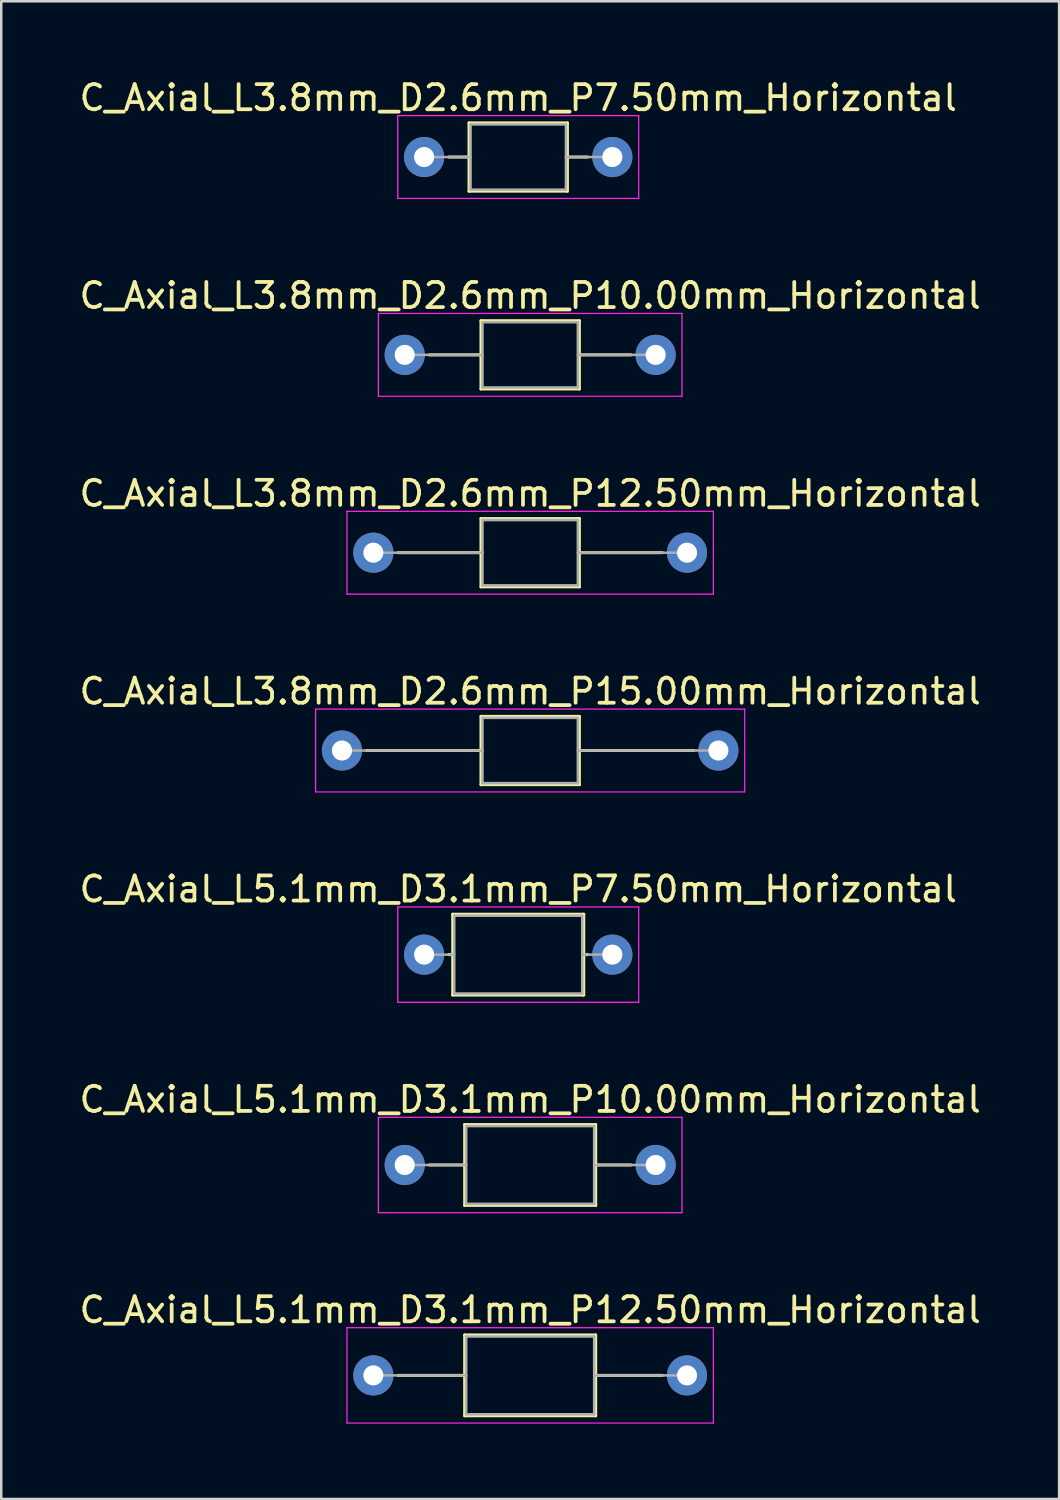
<source format=kicad_pcb>
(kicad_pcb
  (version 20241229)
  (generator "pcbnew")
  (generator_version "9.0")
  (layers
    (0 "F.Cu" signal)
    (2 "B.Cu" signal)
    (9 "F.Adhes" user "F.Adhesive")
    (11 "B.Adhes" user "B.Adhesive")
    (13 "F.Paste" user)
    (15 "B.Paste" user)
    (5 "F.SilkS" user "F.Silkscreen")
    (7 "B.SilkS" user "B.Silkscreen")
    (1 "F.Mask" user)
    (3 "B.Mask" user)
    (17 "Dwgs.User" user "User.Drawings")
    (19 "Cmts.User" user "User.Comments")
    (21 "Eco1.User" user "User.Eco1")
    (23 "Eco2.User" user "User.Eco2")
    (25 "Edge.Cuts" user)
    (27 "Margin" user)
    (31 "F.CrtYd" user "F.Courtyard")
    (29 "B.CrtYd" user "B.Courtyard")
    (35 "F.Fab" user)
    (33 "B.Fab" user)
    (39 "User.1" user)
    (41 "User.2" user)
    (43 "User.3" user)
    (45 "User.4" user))
  (footprint "C_Axial_L5.1mm_D3.1mm_P10.00mm_Horizontal"
    (layer "F.Cu")
    (at 13.077 43.374)
    (property "Reference" "C_Axial_L5.1mm_D3.1mm_P10.00mm_Horizontal" (at 5 -2.61 0) (layer "F.SilkS") (effects (font (size 1 1) (thickness 0.15))))
    (attr through_hole)
    (fp_line (start 0.98 0) (end 2.39 0) (stroke (width 0.12) (type solid)) (layer "F.SilkS"))
    (fp_line (start 2.39 -1.61) (end 2.39 1.61) (stroke (width 0.12) (type solid)) (layer "F.SilkS"))
    (fp_line (start 2.39 1.61) (end 7.61 1.61) (stroke (width 0.12) (type solid)) (layer "F.SilkS"))
    (fp_line (start 7.61 -1.61) (end 2.39 -1.61) (stroke (width 0.12) (type solid)) (layer "F.SilkS"))
    (fp_line (start 7.61 1.61) (end 7.61 -1.61) (stroke (width 0.12) (type solid)) (layer "F.SilkS"))
    (fp_line (start 9.02 0) (end 7.61 0) (stroke (width 0.12) (type solid)) (layer "F.SilkS"))
    (fp_line (start -1.05 -1.9) (end -1.05 1.9) (stroke (width 0.05) (type solid)) (layer "F.CrtYd"))
    (fp_line (start -1.05 1.9) (end 11.05 1.9) (stroke (width 0.05) (type solid)) (layer "F.CrtYd"))
    (fp_line (start 11.05 -1.9) (end -1.05 -1.9) (stroke (width 0.05) (type solid)) (layer "F.CrtYd"))
    (fp_line (start 11.05 1.9) (end 11.05 -1.9) (stroke (width 0.05) (type solid)) (layer "F.CrtYd"))
    (fp_line (start 0 0) (end 2.45 0) (stroke (width 0.1) (type solid)) (layer "F.Fab"))
    (fp_line (start 2.45 -1.55) (end 2.45 1.55) (stroke (width 0.1) (type solid)) (layer "F.Fab"))
    (fp_line (start 2.45 1.55) (end 7.55 1.55) (stroke (width 0.1) (type solid)) (layer "F.Fab"))
    (fp_line (start 7.55 -1.55) (end 2.45 -1.55) (stroke (width 0.1) (type solid)) (layer "F.Fab"))
    (fp_line (start 7.55 1.55) (end 7.55 -1.55) (stroke (width 0.1) (type solid)) (layer "F.Fab"))
    (fp_line (start 10 0) (end 7.55 0) (stroke (width 0.1) (type solid)) (layer "F.Fab"))
    (pad "1" thru_hole circle (at 0 0) (size 1.6 1.6) (drill 0.8) (layers "*.Cu" "*.Mask"))
    (pad "2" thru_hole oval (at 10 0) (size 1.6 1.6) (drill 0.8) (layers "*.Cu" "*.Mask")))
  (footprint "C_Axial_L5.1mm_D3.1mm_P12.50mm_Horizontal"
    (layer "F.Cu")
    (at 11.827 51.758)
    (property "Reference" "C_Axial_L5.1mm_D3.1mm_P12.50mm_Horizontal" (at 6.25 -2.61 0) (layer "F.SilkS") (effects (font (size 1 1) (thickness 0.15))))
    (attr through_hole)
    (fp_line (start 0.98 0) (end 3.64 0) (stroke (width 0.12) (type solid)) (layer "F.SilkS"))
    (fp_line (start 3.64 -1.61) (end 3.64 1.61) (stroke (width 0.12) (type solid)) (layer "F.SilkS"))
    (fp_line (start 3.64 1.61) (end 8.86 1.61) (stroke (width 0.12) (type solid)) (layer "F.SilkS"))
    (fp_line (start 8.86 -1.61) (end 3.64 -1.61) (stroke (width 0.12) (type solid)) (layer "F.SilkS"))
    (fp_line (start 8.86 1.61) (end 8.86 -1.61) (stroke (width 0.12) (type solid)) (layer "F.SilkS"))
    (fp_line (start 11.52 0) (end 8.86 0) (stroke (width 0.12) (type solid)) (layer "F.SilkS"))
    (fp_line (start -1.05 -1.9) (end -1.05 1.9) (stroke (width 0.05) (type solid)) (layer "F.CrtYd"))
    (fp_line (start -1.05 1.9) (end 13.55 1.9) (stroke (width 0.05) (type solid)) (layer "F.CrtYd"))
    (fp_line (start 13.55 -1.9) (end -1.05 -1.9) (stroke (width 0.05) (type solid)) (layer "F.CrtYd"))
    (fp_line (start 13.55 1.9) (end 13.55 -1.9) (stroke (width 0.05) (type solid)) (layer "F.CrtYd"))
    (fp_line (start 0 0) (end 3.7 0) (stroke (width 0.1) (type solid)) (layer "F.Fab"))
    (fp_line (start 3.7 -1.55) (end 3.7 1.55) (stroke (width 0.1) (type solid)) (layer "F.Fab"))
    (fp_line (start 3.7 1.55) (end 8.8 1.55) (stroke (width 0.1) (type solid)) (layer "F.Fab"))
    (fp_line (start 8.8 -1.55) (end 3.7 -1.55) (stroke (width 0.1) (type solid)) (layer "F.Fab"))
    (fp_line (start 8.8 1.55) (end 8.8 -1.55) (stroke (width 0.1) (type solid)) (layer "F.Fab"))
    (fp_line (start 12.5 0) (end 8.8 0) (stroke (width 0.1) (type solid)) (layer "F.Fab"))
    (pad "1" thru_hole circle (at 0 0) (size 1.6 1.6) (drill 0.8) (layers "*.Cu" "*.Mask"))
    (pad "2" thru_hole oval (at 12.5 0) (size 1.6 1.6) (drill 0.8) (layers "*.Cu" "*.Mask")))
  (footprint "C_Axial_L3.8mm_D2.6mm_P15.00mm_Horizontal"
    (layer "F.Cu")
    (at 10.577 26.858)
    (property "Reference" "C_Axial_L3.8mm_D2.6mm_P15.00mm_Horizontal" (at 7.5 -2.36 0) (layer "F.SilkS") (effects (font (size 1 1) (thickness 0.15))))
    (attr through_hole)
    (fp_line (start 0.98 0) (end 5.54 0) (stroke (width 0.12) (type solid)) (layer "F.SilkS"))
    (fp_line (start 5.54 -1.36) (end 5.54 1.36) (stroke (width 0.12) (type solid)) (layer "F.SilkS"))
    (fp_line (start 5.54 1.36) (end 9.46 1.36) (stroke (width 0.12) (type solid)) (layer "F.SilkS"))
    (fp_line (start 9.46 -1.36) (end 5.54 -1.36) (stroke (width 0.12) (type solid)) (layer "F.SilkS"))
    (fp_line (start 9.46 1.36) (end 9.46 -1.36) (stroke (width 0.12) (type solid)) (layer "F.SilkS"))
    (fp_line (start 14.02 0) (end 9.46 0) (stroke (width 0.12) (type solid)) (layer "F.SilkS"))
    (fp_line (start -1.05 -1.65) (end -1.05 1.65) (stroke (width 0.05) (type solid)) (layer "F.CrtYd"))
    (fp_line (start -1.05 1.65) (end 16.05 1.65) (stroke (width 0.05) (type solid)) (layer "F.CrtYd"))
    (fp_line (start 16.05 -1.65) (end -1.05 -1.65) (stroke (width 0.05) (type solid)) (layer "F.CrtYd"))
    (fp_line (start 16.05 1.65) (end 16.05 -1.65) (stroke (width 0.05) (type solid)) (layer "F.CrtYd"))
    (fp_line (start 0 0) (end 5.6 0) (stroke (width 0.1) (type solid)) (layer "F.Fab"))
    (fp_line (start 5.6 -1.3) (end 5.6 1.3) (stroke (width 0.1) (type solid)) (layer "F.Fab"))
    (fp_line (start 5.6 1.3) (end 9.4 1.3) (stroke (width 0.1) (type solid)) (layer "F.Fab"))
    (fp_line (start 9.4 -1.3) (end 5.6 -1.3) (stroke (width 0.1) (type solid)) (layer "F.Fab"))
    (fp_line (start 9.4 1.3) (end 9.4 -1.3) (stroke (width 0.1) (type solid)) (layer "F.Fab"))
    (fp_line (start 15 0) (end 9.4 0) (stroke (width 0.1) (type solid)) (layer "F.Fab"))
    (pad "1" thru_hole circle (at 0 0) (size 1.6 1.6) (drill 0.8) (layers "*.Cu" "*.Mask"))
    (pad "2" thru_hole oval (at 15 0) (size 1.6 1.6) (drill 0.8) (layers "*.Cu" "*.Mask")))
  (footprint "C_Axial_L5.1mm_D3.1mm_P7.50mm_Horizontal"
    (layer "F.Cu")
    (at 13.851 34.991)
    (property "Reference" "C_Axial_L5.1mm_D3.1mm_P7.50mm_Horizontal" (at 3.75 -2.61 0) (layer "F.SilkS") (effects (font (size 1 1) (thickness 0.15))))
    (attr through_hole)
    (fp_line (start 0.98 0) (end 1.14 0) (stroke (width 0.12) (type solid)) (layer "F.SilkS"))
    (fp_line (start 1.14 -1.61) (end 1.14 1.61) (stroke (width 0.12) (type solid)) (layer "F.SilkS"))
    (fp_line (start 1.14 1.61) (end 6.36 1.61) (stroke (width 0.12) (type solid)) (layer "F.SilkS"))
    (fp_line (start 6.36 -1.61) (end 1.14 -1.61) (stroke (width 0.12) (type solid)) (layer "F.SilkS"))
    (fp_line (start 6.36 1.61) (end 6.36 -1.61) (stroke (width 0.12) (type solid)) (layer "F.SilkS"))
    (fp_line (start 6.52 0) (end 6.36 0) (stroke (width 0.12) (type solid)) (layer "F.SilkS"))
    (fp_line (start -1.05 -1.9) (end -1.05 1.9) (stroke (width 0.05) (type solid)) (layer "F.CrtYd"))
    (fp_line (start -1.05 1.9) (end 8.55 1.9) (stroke (width 0.05) (type solid)) (layer "F.CrtYd"))
    (fp_line (start 8.55 -1.9) (end -1.05 -1.9) (stroke (width 0.05) (type solid)) (layer "F.CrtYd"))
    (fp_line (start 8.55 1.9) (end 8.55 -1.9) (stroke (width 0.05) (type solid)) (layer "F.CrtYd"))
    (fp_line (start 0 0) (end 1.2 0) (stroke (width 0.1) (type solid)) (layer "F.Fab"))
    (fp_line (start 1.2 -1.55) (end 1.2 1.55) (stroke (width 0.1) (type solid)) (layer "F.Fab"))
    (fp_line (start 1.2 1.55) (end 6.3 1.55) (stroke (width 0.1) (type solid)) (layer "F.Fab"))
    (fp_line (start 6.3 -1.55) (end 1.2 -1.55) (stroke (width 0.1) (type solid)) (layer "F.Fab"))
    (fp_line (start 6.3 1.55) (end 6.3 -1.55) (stroke (width 0.1) (type solid)) (layer "F.Fab"))
    (fp_line (start 7.5 0) (end 6.3 0) (stroke (width 0.1) (type solid)) (layer "F.Fab"))
    (pad "1" thru_hole circle (at 0 0) (size 1.6 1.6) (drill 0.8) (layers "*.Cu" "*.Mask"))
    (pad "2" thru_hole oval (at 7.5 0) (size 1.6 1.6) (drill 0.8) (layers "*.Cu" "*.Mask")))
  (footprint "C_Axial_L3.8mm_D2.6mm_P7.50mm_Horizontal"
    (layer "F.Cu")
    (at 13.851 3.208)
    (property "Reference" "C_Axial_L3.8mm_D2.6mm_P7.50mm_Horizontal" (at 3.75 -2.36 0) (layer "F.SilkS") (effects (font (size 1 1) (thickness 0.15))))
    (attr through_hole)
    (fp_line (start 0.98 0) (end 1.79 0) (stroke (width 0.12) (type solid)) (layer "F.SilkS"))
    (fp_line (start 1.79 -1.36) (end 1.79 1.36) (stroke (width 0.12) (type solid)) (layer "F.SilkS"))
    (fp_line (start 1.79 1.36) (end 5.71 1.36) (stroke (width 0.12) (type solid)) (layer "F.SilkS"))
    (fp_line (start 5.71 -1.36) (end 1.79 -1.36) (stroke (width 0.12) (type solid)) (layer "F.SilkS"))
    (fp_line (start 5.71 1.36) (end 5.71 -1.36) (stroke (width 0.12) (type solid)) (layer "F.SilkS"))
    (fp_line (start 6.52 0) (end 5.71 0) (stroke (width 0.12) (type solid)) (layer "F.SilkS"))
    (fp_line (start -1.05 -1.65) (end -1.05 1.65) (stroke (width 0.05) (type solid)) (layer "F.CrtYd"))
    (fp_line (start -1.05 1.65) (end 8.55 1.65) (stroke (width 0.05) (type solid)) (layer "F.CrtYd"))
    (fp_line (start 8.55 -1.65) (end -1.05 -1.65) (stroke (width 0.05) (type solid)) (layer "F.CrtYd"))
    (fp_line (start 8.55 1.65) (end 8.55 -1.65) (stroke (width 0.05) (type solid)) (layer "F.CrtYd"))
    (fp_line (start 0 0) (end 1.85 0) (stroke (width 0.1) (type solid)) (layer "F.Fab"))
    (fp_line (start 1.85 -1.3) (end 1.85 1.3) (stroke (width 0.1) (type solid)) (layer "F.Fab"))
    (fp_line (start 1.85 1.3) (end 5.65 1.3) (stroke (width 0.1) (type solid)) (layer "F.Fab"))
    (fp_line (start 5.65 -1.3) (end 1.85 -1.3) (stroke (width 0.1) (type solid)) (layer "F.Fab"))
    (fp_line (start 5.65 1.3) (end 5.65 -1.3) (stroke (width 0.1) (type solid)) (layer "F.Fab"))
    (fp_line (start 7.5 0) (end 5.65 0) (stroke (width 0.1) (type solid)) (layer "F.Fab"))
    (pad "1" thru_hole circle (at 0 0) (size 1.6 1.6) (drill 0.8) (layers "*.Cu" "*.Mask"))
    (pad "2" thru_hole oval (at 7.5 0) (size 1.6 1.6) (drill 0.8) (layers "*.Cu" "*.Mask")))
  (footprint "C_Axial_L3.8mm_D2.6mm_P12.50mm_Horizontal"
    (layer "F.Cu")
    (at 11.827 18.975)
    (property "Reference" "C_Axial_L3.8mm_D2.6mm_P12.50mm_Horizontal" (at 6.25 -2.36 0) (layer "F.SilkS") (effects (font (size 1 1) (thickness 0.15))))
    (attr through_hole)
    (fp_line (start 0.98 0) (end 4.29 0) (stroke (width 0.12) (type solid)) (layer "F.SilkS"))
    (fp_line (start 4.29 -1.36) (end 4.29 1.36) (stroke (width 0.12) (type solid)) (layer "F.SilkS"))
    (fp_line (start 4.29 1.36) (end 8.21 1.36) (stroke (width 0.12) (type solid)) (layer "F.SilkS"))
    (fp_line (start 8.21 -1.36) (end 4.29 -1.36) (stroke (width 0.12) (type solid)) (layer "F.SilkS"))
    (fp_line (start 8.21 1.36) (end 8.21 -1.36) (stroke (width 0.12) (type solid)) (layer "F.SilkS"))
    (fp_line (start 11.52 0) (end 8.21 0) (stroke (width 0.12) (type solid)) (layer "F.SilkS"))
    (fp_line (start -1.05 -1.65) (end -1.05 1.65) (stroke (width 0.05) (type solid)) (layer "F.CrtYd"))
    (fp_line (start -1.05 1.65) (end 13.55 1.65) (stroke (width 0.05) (type solid)) (layer "F.CrtYd"))
    (fp_line (start 13.55 -1.65) (end -1.05 -1.65) (stroke (width 0.05) (type solid)) (layer "F.CrtYd"))
    (fp_line (start 13.55 1.65) (end 13.55 -1.65) (stroke (width 0.05) (type solid)) (layer "F.CrtYd"))
    (fp_line (start 0 0) (end 4.35 0) (stroke (width 0.1) (type solid)) (layer "F.Fab"))
    (fp_line (start 4.35 -1.3) (end 4.35 1.3) (stroke (width 0.1) (type solid)) (layer "F.Fab"))
    (fp_line (start 4.35 1.3) (end 8.15 1.3) (stroke (width 0.1) (type solid)) (layer "F.Fab"))
    (fp_line (start 8.15 -1.3) (end 4.35 -1.3) (stroke (width 0.1) (type solid)) (layer "F.Fab"))
    (fp_line (start 8.15 1.3) (end 8.15 -1.3) (stroke (width 0.1) (type solid)) (layer "F.Fab"))
    (fp_line (start 12.5 0) (end 8.15 0) (stroke (width 0.1) (type solid)) (layer "F.Fab"))
    (pad "1" thru_hole circle (at 0 0) (size 1.6 1.6) (drill 0.8) (layers "*.Cu" "*.Mask"))
    (pad "2" thru_hole oval (at 12.5 0) (size 1.6 1.6) (drill 0.8) (layers "*.Cu" "*.Mask")))
  (footprint "C_Axial_L3.8mm_D2.6mm_P10.00mm_Horizontal"
    (layer "F.Cu")
    (at 13.077 11.091)
    (property "Reference" "C_Axial_L3.8mm_D2.6mm_P10.00mm_Horizontal" (at 5 -2.36 0) (layer "F.SilkS") (effects (font (size 1 1) (thickness 0.15))))
    (attr through_hole)
    (fp_line (start 0.98 0) (end 3.04 0) (stroke (width 0.12) (type solid)) (layer "F.SilkS"))
    (fp_line (start 3.04 -1.36) (end 3.04 1.36) (stroke (width 0.12) (type solid)) (layer "F.SilkS"))
    (fp_line (start 3.04 1.36) (end 6.96 1.36) (stroke (width 0.12) (type solid)) (layer "F.SilkS"))
    (fp_line (start 6.96 -1.36) (end 3.04 -1.36) (stroke (width 0.12) (type solid)) (layer "F.SilkS"))
    (fp_line (start 6.96 1.36) (end 6.96 -1.36) (stroke (width 0.12) (type solid)) (layer "F.SilkS"))
    (fp_line (start 9.02 0) (end 6.96 0) (stroke (width 0.12) (type solid)) (layer "F.SilkS"))
    (fp_line (start -1.05 -1.65) (end -1.05 1.65) (stroke (width 0.05) (type solid)) (layer "F.CrtYd"))
    (fp_line (start -1.05 1.65) (end 11.05 1.65) (stroke (width 0.05) (type solid)) (layer "F.CrtYd"))
    (fp_line (start 11.05 -1.65) (end -1.05 -1.65) (stroke (width 0.05) (type solid)) (layer "F.CrtYd"))
    (fp_line (start 11.05 1.65) (end 11.05 -1.65) (stroke (width 0.05) (type solid)) (layer "F.CrtYd"))
    (fp_line (start 0 0) (end 3.1 0) (stroke (width 0.1) (type solid)) (layer "F.Fab"))
    (fp_line (start 3.1 -1.3) (end 3.1 1.3) (stroke (width 0.1) (type solid)) (layer "F.Fab"))
    (fp_line (start 3.1 1.3) (end 6.9 1.3) (stroke (width 0.1) (type solid)) (layer "F.Fab"))
    (fp_line (start 6.9 -1.3) (end 3.1 -1.3) (stroke (width 0.1) (type solid)) (layer "F.Fab"))
    (fp_line (start 6.9 1.3) (end 6.9 -1.3) (stroke (width 0.1) (type solid)) (layer "F.Fab"))
    (fp_line (start 10 0) (end 6.9 0) (stroke (width 0.1) (type solid)) (layer "F.Fab"))
    (pad "1" thru_hole circle (at 0 0) (size 1.6 1.6) (drill 0.8) (layers "*.Cu" "*.Mask"))
    (pad "2" thru_hole oval (at 10 0) (size 1.6 1.6) (drill 0.8) (layers "*.Cu" "*.Mask")))
  (gr_rect
    (start -3 -3)
    (end 39.155 56.683)
    (stroke (width 0.1) (type default))
    (fill no)
    (layer "Edge.Cuts")))
</source>
